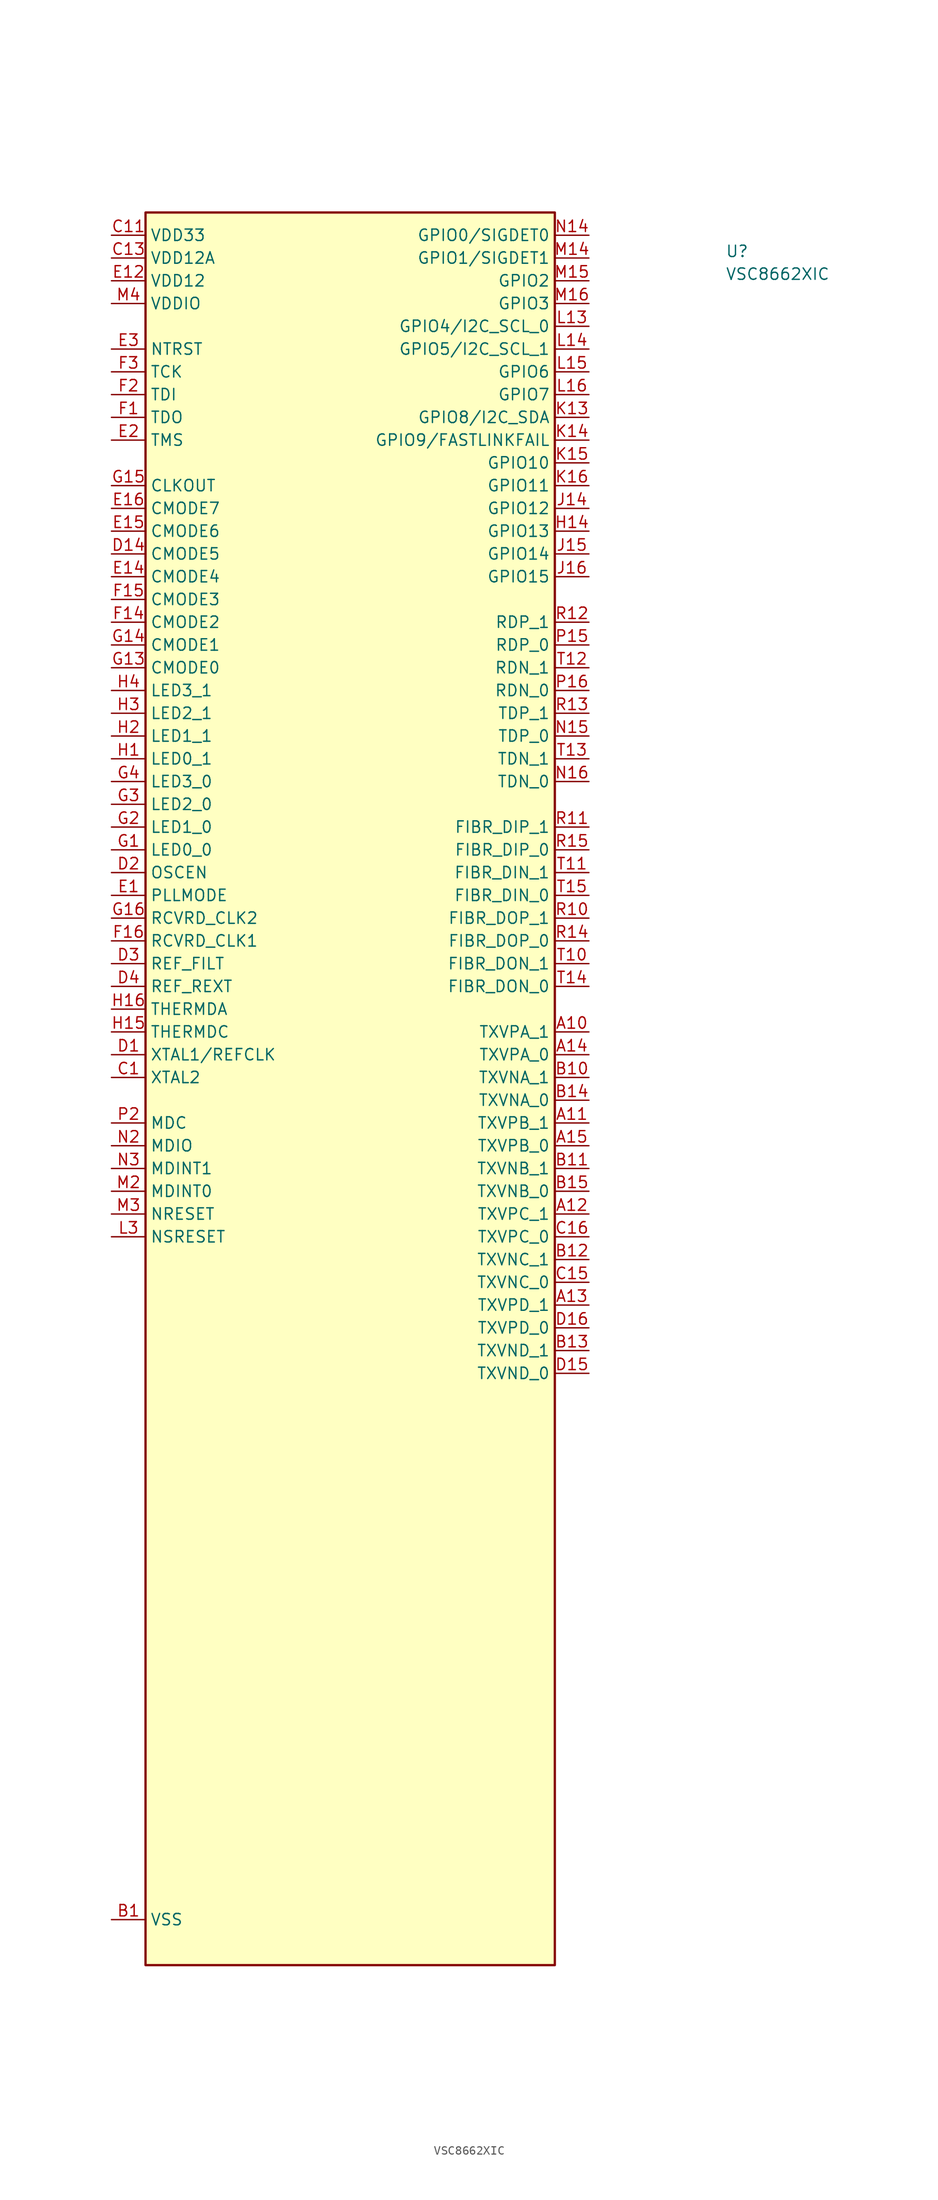
<source format=kicad_sym>
(kicad_symbol_lib
  (version 20211014)
  (generator kicad_symbol_editor)
  (symbol "VSC8662XIC"
    (property "Reference" "U"
      (at 68.58 -2.54 0)
      (effects (font (size 1.27 1.27) (thickness 0.15)) (justify left bottom)))
    (property "Value" "VSC8662XIC"
      (at 68.58 -5.08 0)
      (effects (font (size 1.27 1.27) (thickness 0.15)) (justify left bottom)))
    (symbol "VSC8662XIC_1_1"
      (rectangle (start 3.81 2.54) (end 49.53 -193.04) (stroke (width 0.254) (type default) (color 0 0 0 0)) (fill (type background)))
      (pin no_connect line (at 3.81 -114.3 0) (length 3.81) hide (name "NC" (effects (font (size 1.27 1.27)))) (number "A1" (effects (font (size 1.27 1.27)))))
      (pin bidirectional line (at 53.34 -88.9 180) (length 3.81) (name "TXVPA_1" (effects (font (size 1.27 1.27)))) (number "A10" (effects (font (size 1.27 1.27)))))
      (pin bidirectional line (at 53.34 -99.06 180) (length 3.81) (name "TXVPB_1" (effects (font (size 1.27 1.27)))) (number "A11" (effects (font (size 1.27 1.27)))))
      (pin bidirectional line (at 53.34 -109.22 180) (length 3.81) (name "TXVPC_1" (effects (font (size 1.27 1.27)))) (number "A12" (effects (font (size 1.27 1.27)))))
      (pin bidirectional line (at 53.34 -119.38 180) (length 3.81) (name "TXVPD_1" (effects (font (size 1.27 1.27)))) (number "A13" (effects (font (size 1.27 1.27)))))
      (pin bidirectional line (at 53.34 -91.44 180) (length 3.81) (name "TXVPA_0" (effects (font (size 1.27 1.27)))) (number "A14" (effects (font (size 1.27 1.27)))))
      (pin bidirectional line (at 53.34 -101.6 180) (length 3.81) (name "TXVPB_0" (effects (font (size 1.27 1.27)))) (number "A15" (effects (font (size 1.27 1.27)))))
      (pin no_connect line (at 3.81 -137.16 0) (length 3.81) hide (name "NC" (effects (font (size 1.27 1.27)))) (number "A16" (effects (font (size 1.27 1.27)))))
      (pin no_connect line (at 3.81 -116.84 0) (length 3.81) hide (name "NC" (effects (font (size 1.27 1.27)))) (number "A2" (effects (font (size 1.27 1.27)))))
      (pin no_connect line (at 3.81 -119.38 0) (length 3.81) hide (name "NC" (effects (font (size 1.27 1.27)))) (number "A3" (effects (font (size 1.27 1.27)))))
      (pin no_connect line (at 3.81 -121.92 0) (length 3.81) hide (name "NC" (effects (font (size 1.27 1.27)))) (number "A4" (effects (font (size 1.27 1.27)))))
      (pin no_connect line (at 3.81 -124.46 0) (length 3.81) hide (name "NC" (effects (font (size 1.27 1.27)))) (number "A5" (effects (font (size 1.27 1.27)))))
      (pin no_connect line (at 3.81 -127 0) (length 3.81) hide (name "NC" (effects (font (size 1.27 1.27)))) (number "A6" (effects (font (size 1.27 1.27)))))
      (pin no_connect line (at 3.81 -129.54 0) (length 3.81) hide (name "NC" (effects (font (size 1.27 1.27)))) (number "A7" (effects (font (size 1.27 1.27)))))
      (pin no_connect line (at 3.81 -132.08 0) (length 3.81) hide (name "NC" (effects (font (size 1.27 1.27)))) (number "A8" (effects (font (size 1.27 1.27)))))
      (pin no_connect line (at 3.81 -134.62 0) (length 3.81) hide (name "NC" (effects (font (size 1.27 1.27)))) (number "A9" (effects (font (size 1.27 1.27)))))
      (pin power_in line (at 0 -187.96 0) (length 3.81) (name "VSS" (effects (font (size 1.27 1.27)))) (number "B1" (effects (font (size 1.27 1.27)))))
      (pin bidirectional line (at 53.34 -93.98 180) (length 3.81) (name "TXVNA_1" (effects (font (size 1.27 1.27)))) (number "B10" (effects (font (size 1.27 1.27)))))
      (pin bidirectional line (at 53.34 -104.14 180) (length 3.81) (name "TXVNB_1" (effects (font (size 1.27 1.27)))) (number "B11" (effects (font (size 1.27 1.27)))))
      (pin bidirectional line (at 53.34 -114.3 180) (length 3.81) (name "TXVNC_1" (effects (font (size 1.27 1.27)))) (number "B12" (effects (font (size 1.27 1.27)))))
      (pin bidirectional line (at 53.34 -124.46 180) (length 3.81) (name "TXVND_1" (effects (font (size 1.27 1.27)))) (number "B13" (effects (font (size 1.27 1.27)))))
      (pin bidirectional line (at 53.34 -96.52 180) (length 3.81) (name "TXVNA_0" (effects (font (size 1.27 1.27)))) (number "B14" (effects (font (size 1.27 1.27)))))
      (pin bidirectional line (at 53.34 -106.68 180) (length 3.81) (name "TXVNB_0" (effects (font (size 1.27 1.27)))) (number "B15" (effects (font (size 1.27 1.27)))))
      (pin passive line (at 0 -187.96 0) (length 3.81) hide (name "VSS" (effects (font (size 1.27 1.27)))) (number "B16" (effects (font (size 1.27 1.27)))))
      (pin no_connect line (at 3.81 -144.78 0) (length 3.81) hide (name "NC" (effects (font (size 1.27 1.27)))) (number "B2" (effects (font (size 1.27 1.27)))))
      (pin no_connect line (at 3.81 -147.32 0) (length 3.81) hide (name "NC" (effects (font (size 1.27 1.27)))) (number "B3" (effects (font (size 1.27 1.27)))))
      (pin no_connect line (at 3.81 -149.86 0) (length 3.81) hide (name "NC" (effects (font (size 1.27 1.27)))) (number "B4" (effects (font (size 1.27 1.27)))))
      (pin no_connect line (at 3.81 -152.4 0) (length 3.81) hide (name "NC" (effects (font (size 1.27 1.27)))) (number "B5" (effects (font (size 1.27 1.27)))))
      (pin no_connect line (at 3.81 -154.94 0) (length 3.81) hide (name "NC" (effects (font (size 1.27 1.27)))) (number "B6" (effects (font (size 1.27 1.27)))))
      (pin no_connect line (at 3.81 -157.48 0) (length 3.81) hide (name "NC" (effects (font (size 1.27 1.27)))) (number "B7" (effects (font (size 1.27 1.27)))))
      (pin no_connect line (at 3.81 -160.02 0) (length 3.81) hide (name "NC" (effects (font (size 1.27 1.27)))) (number "B8" (effects (font (size 1.27 1.27)))))
      (pin no_connect line (at 3.81 -139.7 0) (length 3.81) hide (name "NC" (effects (font (size 1.27 1.27)))) (number "B9" (effects (font (size 1.27 1.27)))))
      (pin output line (at 0 -93.98 0) (length 3.81) (name "XTAL2" (effects (font (size 1.27 1.27)))) (number "C1" (effects (font (size 1.27 1.27)))))
      (pin no_connect line (at 3.81 -142.24 0) (length 3.81) hide (name "NC" (effects (font (size 1.27 1.27)))) (number "C10" (effects (font (size 1.27 1.27)))))
      (pin power_in line (at 0 0 0) (length 3.81) (name "VDD33" (effects (font (size 1.27 1.27)))) (number "C11" (effects (font (size 1.27 1.27)))))
      (pin passive line (at 0 -187.96 0) (length 3.81) hide (name "VSS" (effects (font (size 1.27 1.27)))) (number "C12" (effects (font (size 1.27 1.27)))))
      (pin power_in line (at 0 -2.54 0) (length 3.81) (name "VDD12A" (effects (font (size 1.27 1.27)))) (number "C13" (effects (font (size 1.27 1.27)))))
      (pin passive line (at 0 0 0) (length 3.81) hide (name "VDD33" (effects (font (size 1.27 1.27)))) (number "C14" (effects (font (size 1.27 1.27)))))
      (pin bidirectional line (at 53.34 -116.84 180) (length 3.81) (name "TXVNC_0" (effects (font (size 1.27 1.27)))) (number "C15" (effects (font (size 1.27 1.27)))))
      (pin bidirectional line (at 53.34 -111.76 180) (length 3.81) (name "TXVPC_0" (effects (font (size 1.27 1.27)))) (number "C16" (effects (font (size 1.27 1.27)))))
      (pin passive line (at 0 0 0) (length 3.81) hide (name "VDD33" (effects (font (size 1.27 1.27)))) (number "C2" (effects (font (size 1.27 1.27)))))
      (pin passive line (at 0 -187.96 0) (length 3.81) hide (name "VSS" (effects (font (size 1.27 1.27)))) (number "C3" (effects (font (size 1.27 1.27)))))
      (pin passive line (at 0 0 0) (length 3.81) hide (name "VDD33" (effects (font (size 1.27 1.27)))) (number "C4" (effects (font (size 1.27 1.27)))))
      (pin passive line (at 0 -187.96 0) (length 3.81) hide (name "VSS" (effects (font (size 1.27 1.27)))) (number "C5" (effects (font (size 1.27 1.27)))))
      (pin passive line (at 0 0 0) (length 3.81) hide (name "VDD33" (effects (font (size 1.27 1.27)))) (number "C6" (effects (font (size 1.27 1.27)))))
      (pin passive line (at 0 -2.54 0) (length 3.81) hide (name "VDD12A" (effects (font (size 1.27 1.27)))) (number "C7" (effects (font (size 1.27 1.27)))))
      (pin passive line (at 0 -2.54 0) (length 3.81) hide (name "VDD12A" (effects (font (size 1.27 1.27)))) (number "C8" (effects (font (size 1.27 1.27)))))
      (pin passive line (at 0 -2.54 0) (length 3.81) hide (name "VDD12A" (effects (font (size 1.27 1.27)))) (number "C9" (effects (font (size 1.27 1.27)))))
      (pin input line (at 0 -91.44 0) (length 3.81) (name "XTAL1/REFCLK" (effects (font (size 1.27 1.27)))) (number "D1" (effects (font (size 1.27 1.27)))))
      (pin passive line (at 0 -187.96 0) (length 3.81) hide (name "VSS" (effects (font (size 1.27 1.27)))) (number "D10" (effects (font (size 1.27 1.27)))))
      (pin passive line (at 0 -187.96 0) (length 3.81) hide (name "VSS" (effects (font (size 1.27 1.27)))) (number "D11" (effects (font (size 1.27 1.27)))))
      (pin passive line (at 0 -187.96 0) (length 3.81) hide (name "VSS" (effects (font (size 1.27 1.27)))) (number "D12" (effects (font (size 1.27 1.27)))))
      (pin no_connect line (at 3.81 -162.56 0) (length 3.81) hide (name "NC" (effects (font (size 1.27 1.27)))) (number "D13" (effects (font (size 1.27 1.27)))))
      (pin input line (at 0 -35.56 0) (length 3.81) (name "CMODE5" (effects (font (size 1.27 1.27)))) (number "D14" (effects (font (size 1.27 1.27)))))
      (pin bidirectional line (at 53.34 -127 180) (length 3.81) (name "TXVND_0" (effects (font (size 1.27 1.27)))) (number "D15" (effects (font (size 1.27 1.27)))))
      (pin bidirectional line (at 53.34 -121.92 180) (length 3.81) (name "TXVPD_0" (effects (font (size 1.27 1.27)))) (number "D16" (effects (font (size 1.27 1.27)))))
      (pin input line (at 0 -71.12 0) (length 3.81) (name "OSCEN" (effects (font (size 1.27 1.27)))) (number "D2" (effects (font (size 1.27 1.27)))))
      (pin passive line (at 0 -81.28 0) (length 3.81) (name "REF_FILT" (effects (font (size 1.27 1.27)))) (number "D3" (effects (font (size 1.27 1.27)))))
      (pin passive line (at 0 -83.82 0) (length 3.81) (name "REF_REXT" (effects (font (size 1.27 1.27)))) (number "D4" (effects (font (size 1.27 1.27)))))
      (pin passive line (at 0 -187.96 0) (length 3.81) hide (name "VSS" (effects (font (size 1.27 1.27)))) (number "D5" (effects (font (size 1.27 1.27)))))
      (pin passive line (at 0 -187.96 0) (length 3.81) hide (name "VSS" (effects (font (size 1.27 1.27)))) (number "D6" (effects (font (size 1.27 1.27)))))
      (pin passive line (at 0 -187.96 0) (length 3.81) hide (name "VSS" (effects (font (size 1.27 1.27)))) (number "D7" (effects (font (size 1.27 1.27)))))
      (pin passive line (at 0 -187.96 0) (length 3.81) hide (name "VSS" (effects (font (size 1.27 1.27)))) (number "D8" (effects (font (size 1.27 1.27)))))
      (pin passive line (at 0 -187.96 0) (length 3.81) hide (name "VSS" (effects (font (size 1.27 1.27)))) (number "D9" (effects (font (size 1.27 1.27)))))
      (pin input line (at 0 -73.66 0) (length 3.81) (name "PLLMODE" (effects (font (size 1.27 1.27)))) (number "E1" (effects (font (size 1.27 1.27)))))
      (pin passive line (at 0 -187.96 0) (length 3.81) hide (name "VSS" (effects (font (size 1.27 1.27)))) (number "E10" (effects (font (size 1.27 1.27)))))
      (pin passive line (at 0 -187.96 0) (length 3.81) hide (name "VSS" (effects (font (size 1.27 1.27)))) (number "E11" (effects (font (size 1.27 1.27)))))
      (pin power_in line (at 0 -5.08 0) (length 3.81) (name "VDD12" (effects (font (size 1.27 1.27)))) (number "E12" (effects (font (size 1.27 1.27)))))
      (pin no_connect line (at 3.81 -165.1 0) (length 3.81) hide (name "NC" (effects (font (size 1.27 1.27)))) (number "E13" (effects (font (size 1.27 1.27)))))
      (pin input line (at 0 -38.1 0) (length 3.81) (name "CMODE4" (effects (font (size 1.27 1.27)))) (number "E14" (effects (font (size 1.27 1.27)))))
      (pin input line (at 0 -33.02 0) (length 3.81) (name "CMODE6" (effects (font (size 1.27 1.27)))) (number "E15" (effects (font (size 1.27 1.27)))))
      (pin input line (at 0 -30.48 0) (length 3.81) (name "CMODE7" (effects (font (size 1.27 1.27)))) (number "E16" (effects (font (size 1.27 1.27)))))
      (pin input line (at 0 -22.86 0) (length 3.81) (name "TMS" (effects (font (size 1.27 1.27)))) (number "E2" (effects (font (size 1.27 1.27)))))
      (pin input line (at 0 -12.7 0) (length 3.81) (name "NTRST" (effects (font (size 1.27 1.27)))) (number "E3" (effects (font (size 1.27 1.27)))))
      (pin passive line (at 0 0 0) (length 3.81) hide (name "VDD33" (effects (font (size 1.27 1.27)))) (number "E4" (effects (font (size 1.27 1.27)))))
      (pin passive line (at 0 -5.08 0) (length 3.81) hide (name "VDD12" (effects (font (size 1.27 1.27)))) (number "E5" (effects (font (size 1.27 1.27)))))
      (pin passive line (at 0 -187.96 0) (length 3.81) hide (name "VSS" (effects (font (size 1.27 1.27)))) (number "E6" (effects (font (size 1.27 1.27)))))
      (pin passive line (at 0 -187.96 0) (length 3.81) hide (name "VSS" (effects (font (size 1.27 1.27)))) (number "E7" (effects (font (size 1.27 1.27)))))
      (pin passive line (at 0 -187.96 0) (length 3.81) hide (name "VSS" (effects (font (size 1.27 1.27)))) (number "E8" (effects (font (size 1.27 1.27)))))
      (pin passive line (at 0 -187.96 0) (length 3.81) hide (name "VSS" (effects (font (size 1.27 1.27)))) (number "E9" (effects (font (size 1.27 1.27)))))
      (pin output line (at 0 -20.32 0) (length 3.81) (name "TDO" (effects (font (size 1.27 1.27)))) (number "F1" (effects (font (size 1.27 1.27)))))
      (pin passive line (at 0 -187.96 0) (length 3.81) hide (name "VSS" (effects (font (size 1.27 1.27)))) (number "F10" (effects (font (size 1.27 1.27)))))
      (pin passive line (at 0 -187.96 0) (length 3.81) hide (name "VSS" (effects (font (size 1.27 1.27)))) (number "F11" (effects (font (size 1.27 1.27)))))
      (pin passive line (at 0 -5.08 0) (length 3.81) hide (name "VDD12" (effects (font (size 1.27 1.27)))) (number "F12" (effects (font (size 1.27 1.27)))))
      (pin no_connect line (at 3.81 -167.64 0) (length 3.81) hide (name "NC" (effects (font (size 1.27 1.27)))) (number "F13" (effects (font (size 1.27 1.27)))))
      (pin input line (at 0 -43.18 0) (length 3.81) (name "CMODE2" (effects (font (size 1.27 1.27)))) (number "F14" (effects (font (size 1.27 1.27)))))
      (pin input line (at 0 -40.64 0) (length 3.81) (name "CMODE3" (effects (font (size 1.27 1.27)))) (number "F15" (effects (font (size 1.27 1.27)))))
      (pin output line (at 0 -78.74 0) (length 3.81) (name "RCVRD_CLK1" (effects (font (size 1.27 1.27)))) (number "F16" (effects (font (size 1.27 1.27)))))
      (pin input line (at 0 -17.78 0) (length 3.81) (name "TDI" (effects (font (size 1.27 1.27)))) (number "F2" (effects (font (size 1.27 1.27)))))
      (pin input line (at 0 -15.24 0) (length 3.81) (name "TCK" (effects (font (size 1.27 1.27)))) (number "F3" (effects (font (size 1.27 1.27)))))
      (pin passive line (at 0 -187.96 0) (length 3.81) hide (name "VSS" (effects (font (size 1.27 1.27)))) (number "F4" (effects (font (size 1.27 1.27)))))
      (pin passive line (at 0 -5.08 0) (length 3.81) hide (name "VDD12" (effects (font (size 1.27 1.27)))) (number "F5" (effects (font (size 1.27 1.27)))))
      (pin passive line (at 0 -187.96 0) (length 3.81) hide (name "VSS" (effects (font (size 1.27 1.27)))) (number "F6" (effects (font (size 1.27 1.27)))))
      (pin passive line (at 0 -187.96 0) (length 3.81) hide (name "VSS" (effects (font (size 1.27 1.27)))) (number "F7" (effects (font (size 1.27 1.27)))))
      (pin passive line (at 0 -187.96 0) (length 3.81) hide (name "VSS" (effects (font (size 1.27 1.27)))) (number "F8" (effects (font (size 1.27 1.27)))))
      (pin passive line (at 0 -187.96 0) (length 3.81) hide (name "VSS" (effects (font (size 1.27 1.27)))) (number "F9" (effects (font (size 1.27 1.27)))))
      (pin output line (at 0 -68.58 0) (length 3.81) (name "LED0_0" (effects (font (size 1.27 1.27)))) (number "G1" (effects (font (size 1.27 1.27)))))
      (pin passive line (at 0 -187.96 0) (length 3.81) hide (name "VSS" (effects (font (size 1.27 1.27)))) (number "G10" (effects (font (size 1.27 1.27)))))
      (pin passive line (at 0 -187.96 0) (length 3.81) hide (name "VSS" (effects (font (size 1.27 1.27)))) (number "G11" (effects (font (size 1.27 1.27)))))
      (pin passive line (at 0 -5.08 0) (length 3.81) hide (name "VDD12" (effects (font (size 1.27 1.27)))) (number "G12" (effects (font (size 1.27 1.27)))))
      (pin input line (at 0 -48.26 0) (length 3.81) (name "CMODE0" (effects (font (size 1.27 1.27)))) (number "G13" (effects (font (size 1.27 1.27)))))
      (pin input line (at 0 -45.72 0) (length 3.81) (name "CMODE1" (effects (font (size 1.27 1.27)))) (number "G14" (effects (font (size 1.27 1.27)))))
      (pin input line (at 0 -27.94 0) (length 3.81) (name "CLKOUT" (effects (font (size 1.27 1.27)))) (number "G15" (effects (font (size 1.27 1.27)))))
      (pin output line (at 0 -76.2 0) (length 3.81) (name "RCVRD_CLK2" (effects (font (size 1.27 1.27)))) (number "G16" (effects (font (size 1.27 1.27)))))
      (pin output line (at 0 -66.04 0) (length 3.81) (name "LED1_0" (effects (font (size 1.27 1.27)))) (number "G2" (effects (font (size 1.27 1.27)))))
      (pin output line (at 0 -63.5 0) (length 3.81) (name "LED2_0" (effects (font (size 1.27 1.27)))) (number "G3" (effects (font (size 1.27 1.27)))))
      (pin output line (at 0 -60.96 0) (length 3.81) (name "LED3_0" (effects (font (size 1.27 1.27)))) (number "G4" (effects (font (size 1.27 1.27)))))
      (pin passive line (at 0 -5.08 0) (length 3.81) hide (name "VDD12" (effects (font (size 1.27 1.27)))) (number "G5" (effects (font (size 1.27 1.27)))))
      (pin passive line (at 0 -187.96 0) (length 3.81) hide (name "VSS" (effects (font (size 1.27 1.27)))) (number "G6" (effects (font (size 1.27 1.27)))))
      (pin passive line (at 0 -187.96 0) (length 3.81) hide (name "VSS" (effects (font (size 1.27 1.27)))) (number "G7" (effects (font (size 1.27 1.27)))))
      (pin passive line (at 0 -187.96 0) (length 3.81) hide (name "VSS" (effects (font (size 1.27 1.27)))) (number "G8" (effects (font (size 1.27 1.27)))))
      (pin passive line (at 0 -187.96 0) (length 3.81) hide (name "VSS" (effects (font (size 1.27 1.27)))) (number "G9" (effects (font (size 1.27 1.27)))))
      (pin output line (at 0 -58.42 0) (length 3.81) (name "LED0_1" (effects (font (size 1.27 1.27)))) (number "H1" (effects (font (size 1.27 1.27)))))
      (pin passive line (at 0 -187.96 0) (length 3.81) hide (name "VSS" (effects (font (size 1.27 1.27)))) (number "H10" (effects (font (size 1.27 1.27)))))
      (pin passive line (at 0 -187.96 0) (length 3.81) hide (name "VSS" (effects (font (size 1.27 1.27)))) (number "H11" (effects (font (size 1.27 1.27)))))
      (pin passive line (at 0 -5.08 0) (length 3.81) hide (name "VDD12" (effects (font (size 1.27 1.27)))) (number "H12" (effects (font (size 1.27 1.27)))))
      (pin passive line (at 0 0 0) (length 3.81) hide (name "VDD33" (effects (font (size 1.27 1.27)))) (number "H13" (effects (font (size 1.27 1.27)))))
      (pin bidirectional line (at 53.34 -33.02 180) (length 3.81) (name "GPIO13" (effects (font (size 1.27 1.27)))) (number "H14" (effects (font (size 1.27 1.27)))))
      (pin input line (at 0 -88.9 0) (length 3.81) (name "THERMDC" (effects (font (size 1.27 1.27)))) (number "H15" (effects (font (size 1.27 1.27)))))
      (pin input line (at 0 -86.36 0) (length 3.81) (name "THERMDA" (effects (font (size 1.27 1.27)))) (number "H16" (effects (font (size 1.27 1.27)))))
      (pin output line (at 0 -55.88 0) (length 3.81) (name "LED1_1" (effects (font (size 1.27 1.27)))) (number "H2" (effects (font (size 1.27 1.27)))))
      (pin output line (at 0 -53.34 0) (length 3.81) (name "LED2_1" (effects (font (size 1.27 1.27)))) (number "H3" (effects (font (size 1.27 1.27)))))
      (pin output line (at 0 -50.8 0) (length 3.81) (name "LED3_1" (effects (font (size 1.27 1.27)))) (number "H4" (effects (font (size 1.27 1.27)))))
      (pin passive line (at 0 -5.08 0) (length 3.81) hide (name "VDD12" (effects (font (size 1.27 1.27)))) (number "H5" (effects (font (size 1.27 1.27)))))
      (pin passive line (at 0 -187.96 0) (length 3.81) hide (name "VSS" (effects (font (size 1.27 1.27)))) (number "H6" (effects (font (size 1.27 1.27)))))
      (pin passive line (at 0 -187.96 0) (length 3.81) hide (name "VSS" (effects (font (size 1.27 1.27)))) (number "H7" (effects (font (size 1.27 1.27)))))
      (pin passive line (at 0 -187.96 0) (length 3.81) hide (name "VSS" (effects (font (size 1.27 1.27)))) (number "H8" (effects (font (size 1.27 1.27)))))
      (pin passive line (at 0 -187.96 0) (length 3.81) hide (name "VSS" (effects (font (size 1.27 1.27)))) (number "H9" (effects (font (size 1.27 1.27)))))
      (pin no_connect line (at 49.53 -144.78 180) (length 3.81) hide (name "NC" (effects (font (size 1.27 1.27)))) (number "J1" (effects (font (size 1.27 1.27)))))
      (pin passive line (at 0 -187.96 0) (length 3.81) hide (name "VSS" (effects (font (size 1.27 1.27)))) (number "J10" (effects (font (size 1.27 1.27)))))
      (pin passive line (at 0 -187.96 0) (length 3.81) hide (name "VSS" (effects (font (size 1.27 1.27)))) (number "J11" (effects (font (size 1.27 1.27)))))
      (pin passive line (at 0 -5.08 0) (length 3.81) hide (name "VDD12" (effects (font (size 1.27 1.27)))) (number "J12" (effects (font (size 1.27 1.27)))))
      (pin passive line (at 0 -187.96 0) (length 3.81) hide (name "VSS" (effects (font (size 1.27 1.27)))) (number "J13" (effects (font (size 1.27 1.27)))))
      (pin bidirectional line (at 53.34 -30.48 180) (length 3.81) (name "GPIO12" (effects (font (size 1.27 1.27)))) (number "J14" (effects (font (size 1.27 1.27)))))
      (pin bidirectional line (at 53.34 -35.56 180) (length 3.81) (name "GPIO14" (effects (font (size 1.27 1.27)))) (number "J15" (effects (font (size 1.27 1.27)))))
      (pin bidirectional line (at 53.34 -38.1 180) (length 3.81) (name "GPIO15" (effects (font (size 1.27 1.27)))) (number "J16" (effects (font (size 1.27 1.27)))))
      (pin no_connect line (at 49.53 -147.32 180) (length 3.81) hide (name "NC" (effects (font (size 1.27 1.27)))) (number "J2" (effects (font (size 1.27 1.27)))))
      (pin no_connect line (at 49.53 -149.86 180) (length 3.81) hide (name "NC" (effects (font (size 1.27 1.27)))) (number "J3" (effects (font (size 1.27 1.27)))))
      (pin no_connect line (at 49.53 -152.4 180) (length 3.81) hide (name "NC" (effects (font (size 1.27 1.27)))) (number "J4" (effects (font (size 1.27 1.27)))))
      (pin passive line (at 0 -5.08 0) (length 3.81) hide (name "VDD12" (effects (font (size 1.27 1.27)))) (number "J5" (effects (font (size 1.27 1.27)))))
      (pin passive line (at 0 -187.96 0) (length 3.81) hide (name "VSS" (effects (font (size 1.27 1.27)))) (number "J6" (effects (font (size 1.27 1.27)))))
      (pin passive line (at 0 -187.96 0) (length 3.81) hide (name "VSS" (effects (font (size 1.27 1.27)))) (number "J7" (effects (font (size 1.27 1.27)))))
      (pin passive line (at 0 -187.96 0) (length 3.81) hide (name "VSS" (effects (font (size 1.27 1.27)))) (number "J8" (effects (font (size 1.27 1.27)))))
      (pin passive line (at 0 -187.96 0) (length 3.81) hide (name "VSS" (effects (font (size 1.27 1.27)))) (number "J9" (effects (font (size 1.27 1.27)))))
      (pin no_connect line (at 49.53 -129.54 180) (length 3.81) hide (name "NC" (effects (font (size 1.27 1.27)))) (number "K1" (effects (font (size 1.27 1.27)))))
      (pin passive line (at 0 -187.96 0) (length 3.81) hide (name "VSS" (effects (font (size 1.27 1.27)))) (number "K10" (effects (font (size 1.27 1.27)))))
      (pin passive line (at 0 -187.96 0) (length 3.81) hide (name "VSS" (effects (font (size 1.27 1.27)))) (number "K11" (effects (font (size 1.27 1.27)))))
      (pin passive line (at 0 -5.08 0) (length 3.81) hide (name "VDD12" (effects (font (size 1.27 1.27)))) (number "K12" (effects (font (size 1.27 1.27)))))
      (pin bidirectional line (at 53.34 -20.32 180) (length 3.81) (name "GPIO8/I2C_SDA" (effects (font (size 1.27 1.27)))) (number "K13" (effects (font (size 1.27 1.27)))))
      (pin bidirectional line (at 53.34 -22.86 180) (length 3.81) (name "GPIO9/FASTLINKFAIL" (effects (font (size 1.27 1.27)))) (number "K14" (effects (font (size 1.27 1.27)))))
      (pin bidirectional line (at 53.34 -25.4 180) (length 3.81) (name "GPIO10" (effects (font (size 1.27 1.27)))) (number "K15" (effects (font (size 1.27 1.27)))))
      (pin bidirectional line (at 53.34 -27.94 180) (length 3.81) (name "GPIO11" (effects (font (size 1.27 1.27)))) (number "K16" (effects (font (size 1.27 1.27)))))
      (pin no_connect line (at 49.53 -132.08 180) (length 3.81) hide (name "NC" (effects (font (size 1.27 1.27)))) (number "K2" (effects (font (size 1.27 1.27)))))
      (pin no_connect line (at 49.53 -134.62 180) (length 3.81) hide (name "NC" (effects (font (size 1.27 1.27)))) (number "K3" (effects (font (size 1.27 1.27)))))
      (pin no_connect line (at 49.53 -137.16 180) (length 3.81) hide (name "NC" (effects (font (size 1.27 1.27)))) (number "K4" (effects (font (size 1.27 1.27)))))
      (pin passive line (at 0 -5.08 0) (length 3.81) hide (name "VDD12" (effects (font (size 1.27 1.27)))) (number "K5" (effects (font (size 1.27 1.27)))))
      (pin passive line (at 0 -187.96 0) (length 3.81) hide (name "VSS" (effects (font (size 1.27 1.27)))) (number "K6" (effects (font (size 1.27 1.27)))))
      (pin passive line (at 0 -187.96 0) (length 3.81) hide (name "VSS" (effects (font (size 1.27 1.27)))) (number "K7" (effects (font (size 1.27 1.27)))))
      (pin passive line (at 0 -187.96 0) (length 3.81) hide (name "VSS" (effects (font (size 1.27 1.27)))) (number "K8" (effects (font (size 1.27 1.27)))))
      (pin passive line (at 0 -187.96 0) (length 3.81) hide (name "VSS" (effects (font (size 1.27 1.27)))) (number "K9" (effects (font (size 1.27 1.27)))))
      (pin no_connect line (at 49.53 -139.7 180) (length 3.81) hide (name "NC" (effects (font (size 1.27 1.27)))) (number "L1" (effects (font (size 1.27 1.27)))))
      (pin passive line (at 0 -187.96 0) (length 3.81) hide (name "VSS" (effects (font (size 1.27 1.27)))) (number "L10" (effects (font (size 1.27 1.27)))))
      (pin passive line (at 0 -187.96 0) (length 3.81) hide (name "VSS" (effects (font (size 1.27 1.27)))) (number "L11" (effects (font (size 1.27 1.27)))))
      (pin passive line (at 0 -5.08 0) (length 3.81) hide (name "VDD12" (effects (font (size 1.27 1.27)))) (number "L12" (effects (font (size 1.27 1.27)))))
      (pin bidirectional line (at 53.34 -10.16 180) (length 3.81) (name "GPIO4/I2C_SCL_0" (effects (font (size 1.27 1.27)))) (number "L13" (effects (font (size 1.27 1.27)))))
      (pin bidirectional line (at 53.34 -12.7 180) (length 3.81) (name "GPIO5/I2C_SCL_1" (effects (font (size 1.27 1.27)))) (number "L14" (effects (font (size 1.27 1.27)))))
      (pin bidirectional line (at 53.34 -15.24 180) (length 3.81) (name "GPIO6" (effects (font (size 1.27 1.27)))) (number "L15" (effects (font (size 1.27 1.27)))))
      (pin bidirectional line (at 53.34 -17.78 180) (length 3.81) (name "GPIO7" (effects (font (size 1.27 1.27)))) (number "L16" (effects (font (size 1.27 1.27)))))
      (pin no_connect line (at 49.53 -142.24 180) (length 3.81) hide (name "NC" (effects (font (size 1.27 1.27)))) (number "L2" (effects (font (size 1.27 1.27)))))
      (pin input line (at 0 -111.76 0) (length 3.81) (name "NSRESET" (effects (font (size 1.27 1.27)))) (number "L3" (effects (font (size 1.27 1.27)))))
      (pin passive line (at 0 -187.96 0) (length 3.81) hide (name "VSS" (effects (font (size 1.27 1.27)))) (number "L4" (effects (font (size 1.27 1.27)))))
      (pin passive line (at 0 -5.08 0) (length 3.81) hide (name "VDD12" (effects (font (size 1.27 1.27)))) (number "L5" (effects (font (size 1.27 1.27)))))
      (pin passive line (at 0 -187.96 0) (length 3.81) hide (name "VSS" (effects (font (size 1.27 1.27)))) (number "L6" (effects (font (size 1.27 1.27)))))
      (pin passive line (at 0 -187.96 0) (length 3.81) hide (name "VSS" (effects (font (size 1.27 1.27)))) (number "L7" (effects (font (size 1.27 1.27)))))
      (pin passive line (at 0 -187.96 0) (length 3.81) hide (name "VSS" (effects (font (size 1.27 1.27)))) (number "L8" (effects (font (size 1.27 1.27)))))
      (pin passive line (at 0 -187.96 0) (length 3.81) hide (name "VSS" (effects (font (size 1.27 1.27)))) (number "L9" (effects (font (size 1.27 1.27)))))
      (pin no_connect line (at 49.53 -160.02 180) (length 3.81) hide (name "NC" (effects (font (size 1.27 1.27)))) (number "M1" (effects (font (size 1.27 1.27)))))
      (pin passive line (at 0 -187.96 0) (length 3.81) hide (name "VSS" (effects (font (size 1.27 1.27)))) (number "M10" (effects (font (size 1.27 1.27)))))
      (pin passive line (at 0 -187.96 0) (length 3.81) hide (name "VSS" (effects (font (size 1.27 1.27)))) (number "M11" (effects (font (size 1.27 1.27)))))
      (pin passive line (at 0 -5.08 0) (length 3.81) hide (name "VDD12" (effects (font (size 1.27 1.27)))) (number "M12" (effects (font (size 1.27 1.27)))))
      (pin passive line (at 0 0 0) (length 3.81) hide (name "VDD33" (effects (font (size 1.27 1.27)))) (number "M13" (effects (font (size 1.27 1.27)))))
      (pin bidirectional line (at 53.34 -2.54 180) (length 3.81) (name "GPIO1/SIGDET1" (effects (font (size 1.27 1.27)))) (number "M14" (effects (font (size 1.27 1.27)))))
      (pin bidirectional line (at 53.34 -5.08 180) (length 3.81) (name "GPIO2" (effects (font (size 1.27 1.27)))) (number "M15" (effects (font (size 1.27 1.27)))))
      (pin bidirectional line (at 53.34 -7.62 180) (length 3.81) (name "GPIO3" (effects (font (size 1.27 1.27)))) (number "M16" (effects (font (size 1.27 1.27)))))
      (pin output line (at 0 -106.68 0) (length 3.81) (name "MDINT0" (effects (font (size 1.27 1.27)))) (number "M2" (effects (font (size 1.27 1.27)))))
      (pin input line (at 0 -109.22 0) (length 3.81) (name "NRESET" (effects (font (size 1.27 1.27)))) (number "M3" (effects (font (size 1.27 1.27)))))
      (pin bidirectional line (at 0 -7.62 0) (length 3.81) (name "VDDIO" (effects (font (size 1.27 1.27)))) (number "M4" (effects (font (size 1.27 1.27)))))
      (pin passive line (at 0 -5.08 0) (length 3.81) hide (name "VDD12" (effects (font (size 1.27 1.27)))) (number "M5" (effects (font (size 1.27 1.27)))))
      (pin passive line (at 0 -187.96 0) (length 3.81) hide (name "VSS" (effects (font (size 1.27 1.27)))) (number "M6" (effects (font (size 1.27 1.27)))))
      (pin passive line (at 0 -187.96 0) (length 3.81) hide (name "VSS" (effects (font (size 1.27 1.27)))) (number "M7" (effects (font (size 1.27 1.27)))))
      (pin passive line (at 0 -187.96 0) (length 3.81) hide (name "VSS" (effects (font (size 1.27 1.27)))) (number "M8" (effects (font (size 1.27 1.27)))))
      (pin passive line (at 0 -187.96 0) (length 3.81) hide (name "VSS" (effects (font (size 1.27 1.27)))) (number "M9" (effects (font (size 1.27 1.27)))))
      (pin no_connect line (at 49.53 -154.94 180) (length 3.81) hide (name "NC" (effects (font (size 1.27 1.27)))) (number "N1" (effects (font (size 1.27 1.27)))))
      (pin passive line (at 0 -187.96 0) (length 3.81) hide (name "VSS" (effects (font (size 1.27 1.27)))) (number "N10" (effects (font (size 1.27 1.27)))))
      (pin passive line (at 0 -187.96 0) (length 3.81) hide (name "VSS" (effects (font (size 1.27 1.27)))) (number "N11" (effects (font (size 1.27 1.27)))))
      (pin passive line (at 0 -5.08 0) (length 3.81) hide (name "VDD12" (effects (font (size 1.27 1.27)))) (number "N12" (effects (font (size 1.27 1.27)))))
      (pin passive line (at 0 -187.96 0) (length 3.81) hide (name "VSS" (effects (font (size 1.27 1.27)))) (number "N13" (effects (font (size 1.27 1.27)))))
      (pin bidirectional line (at 53.34 0 180) (length 3.81) (name "GPIO0/SIGDET0" (effects (font (size 1.27 1.27)))) (number "N14" (effects (font (size 1.27 1.27)))))
      (pin output line (at 53.34 -55.88 180) (length 3.81) (name "TDP_0" (effects (font (size 1.27 1.27)))) (number "N15" (effects (font (size 1.27 1.27)))))
      (pin output line (at 53.34 -60.96 180) (length 3.81) (name "TDN_0" (effects (font (size 1.27 1.27)))) (number "N16" (effects (font (size 1.27 1.27)))))
      (pin output line (at 0 -101.6 0) (length 3.81) (name "MDIO" (effects (font (size 1.27 1.27)))) (number "N2" (effects (font (size 1.27 1.27)))))
      (pin output line (at 0 -104.14 0) (length 3.81) (name "MDINT1" (effects (font (size 1.27 1.27)))) (number "N3" (effects (font (size 1.27 1.27)))))
      (pin no_connect line (at 49.53 -157.48 180) (length 3.81) hide (name "NC" (effects (font (size 1.27 1.27)))) (number "N4" (effects (font (size 1.27 1.27)))))
      (pin passive line (at 0 -5.08 0) (length 3.81) hide (name "VDD12" (effects (font (size 1.27 1.27)))) (number "N5" (effects (font (size 1.27 1.27)))))
      (pin passive line (at 0 -187.96 0) (length 3.81) hide (name "VSS" (effects (font (size 1.27 1.27)))) (number "N6" (effects (font (size 1.27 1.27)))))
      (pin passive line (at 0 -187.96 0) (length 3.81) hide (name "VSS" (effects (font (size 1.27 1.27)))) (number "N7" (effects (font (size 1.27 1.27)))))
      (pin passive line (at 0 -187.96 0) (length 3.81) hide (name "VSS" (effects (font (size 1.27 1.27)))) (number "N8" (effects (font (size 1.27 1.27)))))
      (pin passive line (at 0 -187.96 0) (length 3.81) hide (name "VSS" (effects (font (size 1.27 1.27)))) (number "N9" (effects (font (size 1.27 1.27)))))
      (pin no_connect line (at 3.81 -182.88 0) (length 3.81) hide (name "NC" (effects (font (size 1.27 1.27)))) (number "P1" (effects (font (size 1.27 1.27)))))
      (pin passive line (at 0 -2.54 0) (length 3.81) hide (name "VDD12A" (effects (font (size 1.27 1.27)))) (number "P10" (effects (font (size 1.27 1.27)))))
      (pin passive line (at 0 -2.54 0) (length 3.81) hide (name "VDD12A" (effects (font (size 1.27 1.27)))) (number "P11" (effects (font (size 1.27 1.27)))))
      (pin passive line (at 0 0 0) (length 3.81) hide (name "VDD33" (effects (font (size 1.27 1.27)))) (number "P12" (effects (font (size 1.27 1.27)))))
      (pin passive line (at 0 0 0) (length 3.81) hide (name "VDD33" (effects (font (size 1.27 1.27)))) (number "P13" (effects (font (size 1.27 1.27)))))
      (pin passive line (at 0 -187.96 0) (length 3.81) hide (name "VSS" (effects (font (size 1.27 1.27)))) (number "P14" (effects (font (size 1.27 1.27)))))
      (pin input line (at 53.34 -45.72 180) (length 3.81) (name "RDP_0" (effects (font (size 1.27 1.27)))) (number "P15" (effects (font (size 1.27 1.27)))))
      (pin input line (at 53.34 -50.8 180) (length 3.81) (name "RDN_0" (effects (font (size 1.27 1.27)))) (number "P16" (effects (font (size 1.27 1.27)))))
      (pin input line (at 0 -99.06 0) (length 3.81) (name "MDC" (effects (font (size 1.27 1.27)))) (number "P2" (effects (font (size 1.27 1.27)))))
      (pin passive line (at 0 -7.62 0) (length 3.81) hide (name "VDDIO" (effects (font (size 1.27 1.27)))) (number "P3" (effects (font (size 1.27 1.27)))))
      (pin passive line (at 0 -187.96 0) (length 3.81) hide (name "VSS" (effects (font (size 1.27 1.27)))) (number "P4" (effects (font (size 1.27 1.27)))))
      (pin passive line (at 0 0 0) (length 3.81) hide (name "VDD33" (effects (font (size 1.27 1.27)))) (number "P5" (effects (font (size 1.27 1.27)))))
      (pin passive line (at 0 -2.54 0) (length 3.81) hide (name "VDD12A" (effects (font (size 1.27 1.27)))) (number "P6" (effects (font (size 1.27 1.27)))))
      (pin passive line (at 0 -2.54 0) (length 3.81) hide (name "VDD12A" (effects (font (size 1.27 1.27)))) (number "P7" (effects (font (size 1.27 1.27)))))
      (pin passive line (at 0 -2.54 0) (length 3.81) hide (name "VDD12A" (effects (font (size 1.27 1.27)))) (number "P8" (effects (font (size 1.27 1.27)))))
      (pin passive line (at 0 -2.54 0) (length 3.81) hide (name "VDD12A" (effects (font (size 1.27 1.27)))) (number "P9" (effects (font (size 1.27 1.27)))))
      (pin passive line (at 0 -187.96 0) (length 3.81) hide (name "VSS" (effects (font (size 1.27 1.27)))) (number "R1" (effects (font (size 1.27 1.27)))))
      (pin output line (at 53.34 -76.2 180) (length 3.81) (name "FIBR_DOP_1" (effects (font (size 1.27 1.27)))) (number "R10" (effects (font (size 1.27 1.27)))))
      (pin input line (at 53.34 -66.04 180) (length 3.81) (name "FIBR_DIP_1" (effects (font (size 1.27 1.27)))) (number "R11" (effects (font (size 1.27 1.27)))))
      (pin input line (at 53.34 -43.18 180) (length 3.81) (name "RDP_1" (effects (font (size 1.27 1.27)))) (number "R12" (effects (font (size 1.27 1.27)))))
      (pin output line (at 53.34 -53.34 180) (length 3.81) (name "TDP_1" (effects (font (size 1.27 1.27)))) (number "R13" (effects (font (size 1.27 1.27)))))
      (pin output line (at 53.34 -78.74 180) (length 3.81) (name "FIBR_DOP_0" (effects (font (size 1.27 1.27)))) (number "R14" (effects (font (size 1.27 1.27)))))
      (pin input line (at 53.34 -68.58 180) (length 3.81) (name "FIBR_DIP_0" (effects (font (size 1.27 1.27)))) (number "R15" (effects (font (size 1.27 1.27)))))
      (pin passive line (at 0 -187.96 0) (length 3.81) hide (name "VSS" (effects (font (size 1.27 1.27)))) (number "R16" (effects (font (size 1.27 1.27)))))
      (pin no_connect line (at 49.53 -162.56 180) (length 3.81) hide (name "NC" (effects (font (size 1.27 1.27)))) (number "R2" (effects (font (size 1.27 1.27)))))
      (pin no_connect line (at 49.53 -165.1 180) (length 3.81) hide (name "NC" (effects (font (size 1.27 1.27)))) (number "R3" (effects (font (size 1.27 1.27)))))
      (pin no_connect line (at 49.53 -167.64 180) (length 3.81) hide (name "NC" (effects (font (size 1.27 1.27)))) (number "R4" (effects (font (size 1.27 1.27)))))
      (pin no_connect line (at 49.53 -170.18 180) (length 3.81) hide (name "NC" (effects (font (size 1.27 1.27)))) (number "R5" (effects (font (size 1.27 1.27)))))
      (pin no_connect line (at 49.53 -172.72 180) (length 3.81) hide (name "NC" (effects (font (size 1.27 1.27)))) (number "R6" (effects (font (size 1.27 1.27)))))
      (pin no_connect line (at 49.53 -175.26 180) (length 3.81) hide (name "NC" (effects (font (size 1.27 1.27)))) (number "R7" (effects (font (size 1.27 1.27)))))
      (pin no_connect line (at 49.53 -177.8 180) (length 3.81) hide (name "NC" (effects (font (size 1.27 1.27)))) (number "R8" (effects (font (size 1.27 1.27)))))
      (pin no_connect line (at 49.53 -180.34 180) (length 3.81) hide (name "NC" (effects (font (size 1.27 1.27)))) (number "R9" (effects (font (size 1.27 1.27)))))
      (pin no_connect line (at 49.53 -182.88 180) (length 3.81) hide (name "NC" (effects (font (size 1.27 1.27)))) (number "T1" (effects (font (size 1.27 1.27)))))
      (pin output line (at 53.34 -81.28 180) (length 3.81) (name "FIBR_DON_1" (effects (font (size 1.27 1.27)))) (number "T10" (effects (font (size 1.27 1.27)))))
      (pin input line (at 53.34 -71.12 180) (length 3.81) (name "FIBR_DIN_1" (effects (font (size 1.27 1.27)))) (number "T11" (effects (font (size 1.27 1.27)))))
      (pin input line (at 53.34 -48.26 180) (length 3.81) (name "RDN_1" (effects (font (size 1.27 1.27)))) (number "T12" (effects (font (size 1.27 1.27)))))
      (pin output line (at 53.34 -58.42 180) (length 3.81) (name "TDN_1" (effects (font (size 1.27 1.27)))) (number "T13" (effects (font (size 1.27 1.27)))))
      (pin output line (at 53.34 -83.82 180) (length 3.81) (name "FIBR_DON_0" (effects (font (size 1.27 1.27)))) (number "T14" (effects (font (size 1.27 1.27)))))
      (pin input line (at 53.34 -73.66 180) (length 3.81) (name "FIBR_DIN_0" (effects (font (size 1.27 1.27)))) (number "T15" (effects (font (size 1.27 1.27)))))
      (pin no_connect line (at 3.81 -185.42 0) (length 3.81) hide (name "NC" (effects (font (size 1.27 1.27)))) (number "T16" (effects (font (size 1.27 1.27)))))
      (pin no_connect line (at 49.53 -185.42 180) (length 3.81) hide (name "NC" (effects (font (size 1.27 1.27)))) (number "T2" (effects (font (size 1.27 1.27)))))
      (pin no_connect line (at 49.53 -187.96 180) (length 3.81) hide (name "NC" (effects (font (size 1.27 1.27)))) (number "T3" (effects (font (size 1.27 1.27)))))
      (pin no_connect line (at 49.53 -190.5 180) (length 3.81) hide (name "NC" (effects (font (size 1.27 1.27)))) (number "T4" (effects (font (size 1.27 1.27)))))
      (pin no_connect line (at 3.81 -170.18 0) (length 3.81) hide (name "NC" (effects (font (size 1.27 1.27)))) (number "T5" (effects (font (size 1.27 1.27)))))
      (pin no_connect line (at 3.81 -172.72 0) (length 3.81) hide (name "NC" (effects (font (size 1.27 1.27)))) (number "T6" (effects (font (size 1.27 1.27)))))
      (pin no_connect line (at 3.81 -175.26 0) (length 3.81) hide (name "NC" (effects (font (size 1.27 1.27)))) (number "T7" (effects (font (size 1.27 1.27)))))
      (pin no_connect line (at 3.81 -177.8 0) (length 3.81) hide (name "NC" (effects (font (size 1.27 1.27)))) (number "T8" (effects (font (size 1.27 1.27)))))
      (pin no_connect line (at 3.81 -180.34 0) (length 3.81) hide (name "NC" (effects (font (size 1.27 1.27)))) (number "T9" (effects (font (size 1.27 1.27))))))))
</source>
